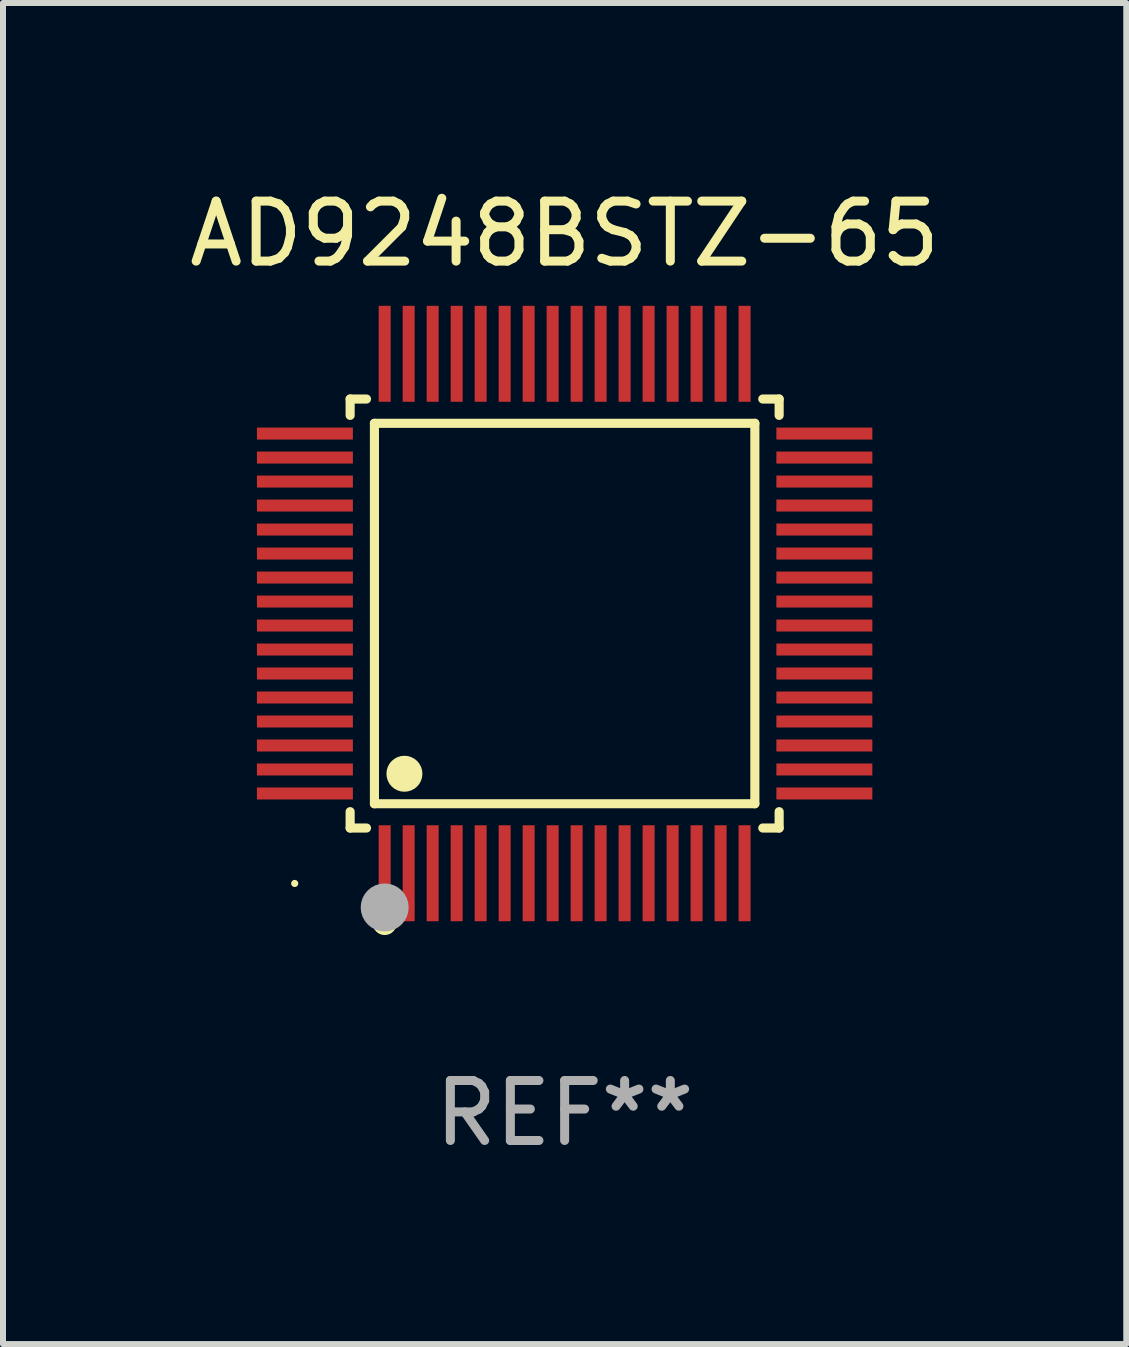
<source format=kicad_pcb>
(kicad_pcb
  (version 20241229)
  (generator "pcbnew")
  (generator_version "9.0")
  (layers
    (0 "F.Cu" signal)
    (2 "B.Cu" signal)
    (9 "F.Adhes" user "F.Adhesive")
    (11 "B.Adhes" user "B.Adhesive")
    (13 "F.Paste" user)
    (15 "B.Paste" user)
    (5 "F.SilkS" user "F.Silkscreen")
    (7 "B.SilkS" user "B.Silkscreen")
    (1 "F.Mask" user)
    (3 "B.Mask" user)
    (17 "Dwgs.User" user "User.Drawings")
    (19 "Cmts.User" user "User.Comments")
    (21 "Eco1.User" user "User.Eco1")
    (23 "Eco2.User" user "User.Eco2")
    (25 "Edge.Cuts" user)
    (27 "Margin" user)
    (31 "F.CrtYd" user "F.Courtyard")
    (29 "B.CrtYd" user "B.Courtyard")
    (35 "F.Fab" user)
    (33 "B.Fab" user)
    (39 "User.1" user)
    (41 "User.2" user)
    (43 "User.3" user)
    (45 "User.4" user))
  (footprint "AD9248BSTZ-65"
    (layer "F.Cu")
    (at 6.363 7.178)
    (property "Reference" "AD9248BSTZ-65" (at 0 -6.33 0) (layer "F.SilkS") (effects (font (size 1 1) (thickness 0.15))))
    (attr through_hole)
    (fp_line (start -3.576 -3.576) (end -3.303 -3.576) (stroke (width 0.152) (type solid)) (layer "F.SilkS"))
    (fp_line (start -3.576 -3.303) (end -3.576 -3.576) (stroke (width 0.152) (type solid)) (layer "F.SilkS"))
    (fp_line (start -3.576 3.303) (end -3.576 3.576) (stroke (width 0.152) (type solid)) (layer "F.SilkS"))
    (fp_line (start -3.576 3.576) (end -3.303 3.576) (stroke (width 0.152) (type solid)) (layer "F.SilkS"))
    (fp_line (start -3.171 -3.171) (end 3.171 -3.171) (stroke (width 0.152) (type solid)) (layer "F.SilkS"))
    (fp_line (start -3.171 3.171) (end -3.171 -3.171) (stroke (width 0.152) (type solid)) (layer "F.SilkS"))
    (fp_line (start 3.171 -3.171) (end 3.171 3.171) (stroke (width 0.152) (type solid)) (layer "F.SilkS"))
    (fp_line (start 3.171 3.171) (end -3.171 3.171) (stroke (width 0.152) (type solid)) (layer "F.SilkS"))
    (fp_line (start 3.576 -3.576) (end 3.303 -3.576) (stroke (width 0.152) (type solid)) (layer "F.SilkS"))
    (fp_line (start 3.576 -3.303) (end 3.576 -3.576) (stroke (width 0.152) (type solid)) (layer "F.SilkS"))
    (fp_line (start 3.576 3.303) (end 3.576 3.576) (stroke (width 0.152) (type solid)) (layer "F.SilkS"))
    (fp_line (start 3.576 3.576) (end 3.303 3.576) (stroke (width 0.152) (type solid)) (layer "F.SilkS"))
    (fp_circle (center -4.5 4.5) (end -4.47 4.5) (stroke (width 0.06) (type solid)) (fill no) (layer "F.SilkS"))
    (fp_circle (center -3 5.16) (end -2.9 5.16) (stroke (width 0.2) (type solid)) (fill no) (layer "F.SilkS"))
    (fp_circle (center -2.671 2.671) (end -2.521 2.671) (stroke (width 0.3) (type solid)) (fill no) (layer "F.SilkS"))
    (fp_circle (center -3 4.9) (end -2.8 4.9) (stroke (width 0.4) (type solid)) (fill no) (layer "F.Fab"))
    (fp_text user "REF**" (at 0 8.33 0) (layer "F.Fab") (effects (font (size 1 1) (thickness 0.15))))
    (pad "1" smd rect (at -3 4.33) (size 0.2 1.6) (layers "F.Cu" "F.Mask" "F.Paste"))
    (pad "2" smd rect (at -2.6 4.33) (size 0.2 1.6) (layers "F.Cu" "F.Mask" "F.Paste"))
    (pad "3" smd rect (at -2.2 4.33) (size 0.2 1.6) (layers "F.Cu" "F.Mask" "F.Paste"))
    (pad "4" smd rect (at -1.8 4.33) (size 0.2 1.6) (layers "F.Cu" "F.Mask" "F.Paste"))
    (pad "5" smd rect (at -1.4 4.33) (size 0.2 1.6) (layers "F.Cu" "F.Mask" "F.Paste"))
    (pad "6" smd rect (at -1 4.33) (size 0.2 1.6) (layers "F.Cu" "F.Mask" "F.Paste"))
    (pad "7" smd rect (at -0.6 4.33) (size 0.2 1.6) (layers "F.Cu" "F.Mask" "F.Paste"))
    (pad "8" smd rect (at -0.2 4.33) (size 0.2 1.6) (layers "F.Cu" "F.Mask" "F.Paste"))
    (pad "9" smd rect (at 0.2 4.33) (size 0.2 1.6) (layers "F.Cu" "F.Mask" "F.Paste"))
    (pad "10" smd rect (at 0.6 4.33) (size 0.2 1.6) (layers "F.Cu" "F.Mask" "F.Paste"))
    (pad "11" smd rect (at 1 4.33) (size 0.2 1.6) (layers "F.Cu" "F.Mask" "F.Paste"))
    (pad "12" smd rect (at 1.4 4.33) (size 0.2 1.6) (layers "F.Cu" "F.Mask" "F.Paste"))
    (pad "13" smd rect (at 1.8 4.33) (size 0.2 1.6) (layers "F.Cu" "F.Mask" "F.Paste"))
    (pad "14" smd rect (at 2.2 4.33) (size 0.2 1.6) (layers "F.Cu" "F.Mask" "F.Paste"))
    (pad "15" smd rect (at 2.6 4.33) (size 0.2 1.6) (layers "F.Cu" "F.Mask" "F.Paste"))
    (pad "16" smd rect (at 3 4.33) (size 0.2 1.6) (layers "F.Cu" "F.Mask" "F.Paste"))
    (pad "17" smd rect (at 4.33 3) (size 1.6 0.2) (layers "F.Cu" "F.Mask" "F.Paste"))
    (pad "18" smd rect (at 4.33 2.6) (size 1.6 0.2) (layers "F.Cu" "F.Mask" "F.Paste"))
    (pad "19" smd rect (at 4.33 2.2) (size 1.6 0.2) (layers "F.Cu" "F.Mask" "F.Paste"))
    (pad "20" smd rect (at 4.33 1.8) (size 1.6 0.2) (layers "F.Cu" "F.Mask" "F.Paste"))
    (pad "21" smd rect (at 4.33 1.4) (size 1.6 0.2) (layers "F.Cu" "F.Mask" "F.Paste"))
    (pad "22" smd rect (at 4.33 1) (size 1.6 0.2) (layers "F.Cu" "F.Mask" "F.Paste"))
    (pad "23" smd rect (at 4.33 0.6) (size 1.6 0.2) (layers "F.Cu" "F.Mask" "F.Paste"))
    (pad "24" smd rect (at 4.33 0.2) (size 1.6 0.2) (layers "F.Cu" "F.Mask" "F.Paste"))
    (pad "25" smd rect (at 4.33 -0.2) (size 1.6 0.2) (layers "F.Cu" "F.Mask" "F.Paste"))
    (pad "26" smd rect (at 4.33 -0.6) (size 1.6 0.2) (layers "F.Cu" "F.Mask" "F.Paste"))
    (pad "27" smd rect (at 4.33 -1) (size 1.6 0.2) (layers "F.Cu" "F.Mask" "F.Paste"))
    (pad "28" smd rect (at 4.33 -1.4) (size 1.6 0.2) (layers "F.Cu" "F.Mask" "F.Paste"))
    (pad "29" smd rect (at 4.33 -1.8) (size 1.6 0.2) (layers "F.Cu" "F.Mask" "F.Paste"))
    (pad "30" smd rect (at 4.33 -2.2) (size 1.6 0.2) (layers "F.Cu" "F.Mask" "F.Paste"))
    (pad "31" smd rect (at 4.33 -2.6) (size 1.6 0.2) (layers "F.Cu" "F.Mask" "F.Paste"))
    (pad "32" smd rect (at 4.33 -3) (size 1.6 0.2) (layers "F.Cu" "F.Mask" "F.Paste"))
    (pad "33" smd rect (at 3 -4.33) (size 0.2 1.6) (layers "F.Cu" "F.Mask" "F.Paste"))
    (pad "34" smd rect (at 2.6 -4.33) (size 0.2 1.6) (layers "F.Cu" "F.Mask" "F.Paste"))
    (pad "35" smd rect (at 2.2 -4.33) (size 0.2 1.6) (layers "F.Cu" "F.Mask" "F.Paste"))
    (pad "36" smd rect (at 1.8 -4.33) (size 0.2 1.6) (layers "F.Cu" "F.Mask" "F.Paste"))
    (pad "37" smd rect (at 1.4 -4.33) (size 0.2 1.6) (layers "F.Cu" "F.Mask" "F.Paste"))
    (pad "38" smd rect (at 1 -4.33) (size 0.2 1.6) (layers "F.Cu" "F.Mask" "F.Paste"))
    (pad "39" smd rect (at 0.6 -4.33) (size 0.2 1.6) (layers "F.Cu" "F.Mask" "F.Paste"))
    (pad "40" smd rect (at 0.2 -4.33) (size 0.2 1.6) (layers "F.Cu" "F.Mask" "F.Paste"))
    (pad "41" smd rect (at -0.2 -4.33) (size 0.2 1.6) (layers "F.Cu" "F.Mask" "F.Paste"))
    (pad "42" smd rect (at -0.6 -4.33) (size 0.2 1.6) (layers "F.Cu" "F.Mask" "F.Paste"))
    (pad "43" smd rect (at -1 -4.33) (size 0.2 1.6) (layers "F.Cu" "F.Mask" "F.Paste"))
    (pad "44" smd rect (at -1.4 -4.33) (size 0.2 1.6) (layers "F.Cu" "F.Mask" "F.Paste"))
    (pad "45" smd rect (at -1.8 -4.33) (size 0.2 1.6) (layers "F.Cu" "F.Mask" "F.Paste"))
    (pad "46" smd rect (at -2.2 -4.33) (size 0.2 1.6) (layers "F.Cu" "F.Mask" "F.Paste"))
    (pad "47" smd rect (at -2.6 -4.33) (size 0.2 1.6) (layers "F.Cu" "F.Mask" "F.Paste"))
    (pad "48" smd rect (at -3 -4.33) (size 0.2 1.6) (layers "F.Cu" "F.Mask" "F.Paste"))
    (pad "49" smd rect (at -4.33 -3) (size 1.6 0.2) (layers "F.Cu" "F.Mask" "F.Paste"))
    (pad "50" smd rect (at -4.33 -2.6) (size 1.6 0.2) (layers "F.Cu" "F.Mask" "F.Paste"))
    (pad "51" smd rect (at -4.33 -2.2) (size 1.6 0.2) (layers "F.Cu" "F.Mask" "F.Paste"))
    (pad "52" smd rect (at -4.33 -1.8) (size 1.6 0.2) (layers "F.Cu" "F.Mask" "F.Paste"))
    (pad "53" smd rect (at -4.33 -1.4) (size 1.6 0.2) (layers "F.Cu" "F.Mask" "F.Paste"))
    (pad "54" smd rect (at -4.33 -1) (size 1.6 0.2) (layers "F.Cu" "F.Mask" "F.Paste"))
    (pad "55" smd rect (at -4.33 -0.6) (size 1.6 0.2) (layers "F.Cu" "F.Mask" "F.Paste"))
    (pad "56" smd rect (at -4.33 -0.2) (size 1.6 0.2) (layers "F.Cu" "F.Mask" "F.Paste"))
    (pad "57" smd rect (at -4.33 0.2) (size 1.6 0.2) (layers "F.Cu" "F.Mask" "F.Paste"))
    (pad "58" smd rect (at -4.33 0.6) (size 1.6 0.2) (layers "F.Cu" "F.Mask" "F.Paste"))
    (pad "59" smd rect (at -4.33 1) (size 1.6 0.2) (layers "F.Cu" "F.Mask" "F.Paste"))
    (pad "60" smd rect (at -4.33 1.4) (size 1.6 0.2) (layers "F.Cu" "F.Mask" "F.Paste"))
    (pad "61" smd rect (at -4.33 1.8) (size 1.6 0.2) (layers "F.Cu" "F.Mask" "F.Paste"))
    (pad "62" smd rect (at -4.33 2.2) (size 1.6 0.2) (layers "F.Cu" "F.Mask" "F.Paste"))
    (pad "63" smd rect (at -4.33 2.6) (size 1.6 0.2) (layers "F.Cu" "F.Mask" "F.Paste"))
    (pad "64" smd rect (at -4.33 3) (size 1.6 0.2) (layers "F.Cu" "F.Mask" "F.Paste")))
  (gr_rect
    (start -3 -3)
    (end 15.726 19.357)
    (stroke (width 0.1) (type default))
    (fill no)
    (layer "Edge.Cuts")))
</source>
